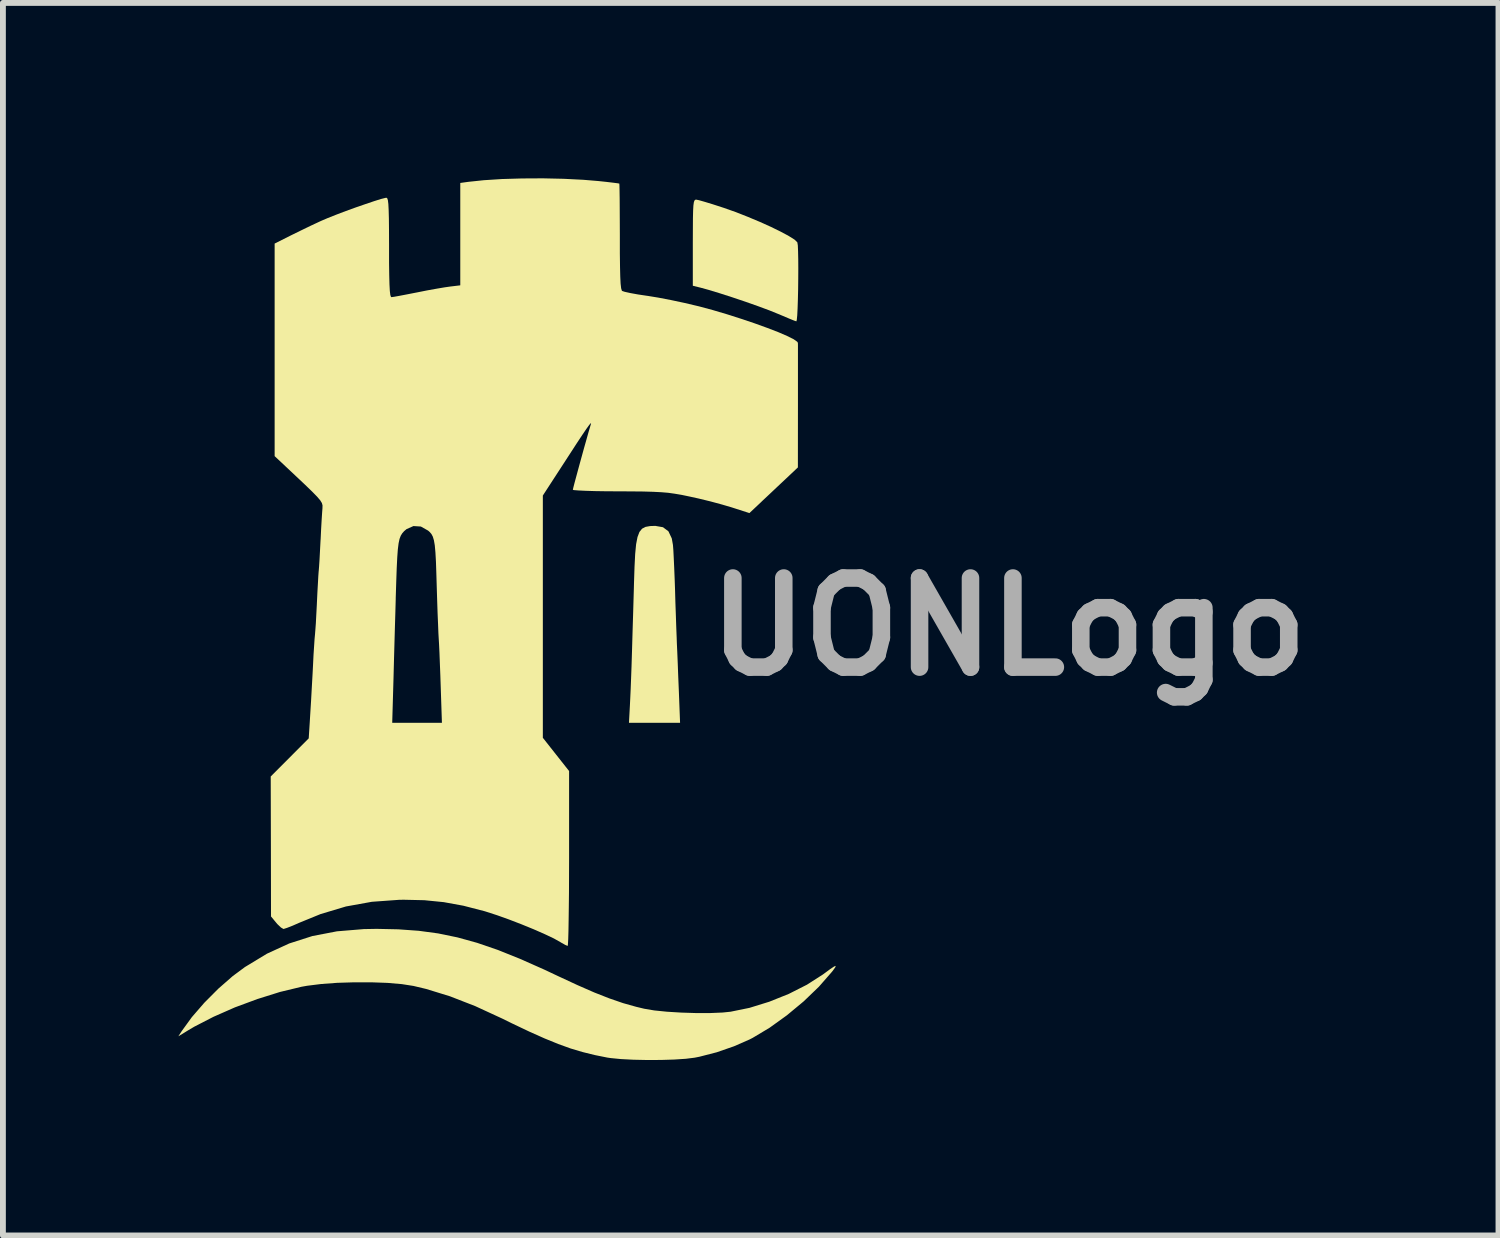
<source format=kicad_pcb>
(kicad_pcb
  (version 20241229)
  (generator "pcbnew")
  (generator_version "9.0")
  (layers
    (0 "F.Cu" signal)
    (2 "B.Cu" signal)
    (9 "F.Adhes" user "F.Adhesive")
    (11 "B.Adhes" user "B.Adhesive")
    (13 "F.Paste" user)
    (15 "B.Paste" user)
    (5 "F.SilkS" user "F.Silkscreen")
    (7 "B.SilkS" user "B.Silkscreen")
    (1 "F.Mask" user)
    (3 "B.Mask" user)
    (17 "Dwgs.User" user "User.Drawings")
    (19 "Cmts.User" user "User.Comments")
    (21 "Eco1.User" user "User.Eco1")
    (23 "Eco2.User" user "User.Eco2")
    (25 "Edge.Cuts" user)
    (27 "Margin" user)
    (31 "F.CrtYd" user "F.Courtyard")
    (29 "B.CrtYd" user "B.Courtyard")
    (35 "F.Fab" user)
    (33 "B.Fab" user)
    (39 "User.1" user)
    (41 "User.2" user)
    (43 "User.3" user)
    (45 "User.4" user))
  (footprint "UONLogo"
    (layer "F.Cu")
    (at 14.201 7.67)
    (property "Reference" "UONLogo" (at 0 0 0) (layer "F.Fab") (effects (font (size 1.524 1.524) (thickness 0.3))))
    (attr board_only exclude_from_pos_files exclude_from_bom)
    (fp_poly (pts (xy -5.912 -1.703) (xy -5.819 -1.633) (xy -5.762 -1.512) (xy -5.742 -1.401) (xy -5.735 -1.313) (xy -5.728 -1.174) (xy -5.72 -1) (xy -5.712 -0.804) (xy -5.706 -0.635) (xy -5.7 -0.418) (xy -5.692 -0.196) (xy -5.685 0.012) (xy -5.678 0.187) (xy -5.675 0.279) (xy -5.668 0.429) (xy -5.66 0.621) (xy -5.652 0.835) (xy -5.643 1.049) (xy -5.64 1.121) (xy -5.62 1.642) (xy -6.494 1.642) (xy -6.478 1.345) (xy -6.472 1.221) (xy -6.465 1.071) (xy -6.458 0.889) (xy -6.45 0.672) (xy -6.442 0.413) (xy -6.433 0.106) (xy -6.422 -0.253) (xy -6.41 -0.669) (xy -6.408 -0.748) (xy -6.399 -1.024) (xy -6.388 -1.243) (xy -6.372 -1.411) (xy -6.348 -1.535) (xy -6.315 -1.622) (xy -6.27 -1.678) (xy -6.21 -1.709) (xy -6.132 -1.723) (xy -6.044 -1.726)) (stroke (width 0) (type solid)) (fill yes) (layer "F.SilkS"))
    (fp_poly (pts (xy -5.296 -7.296) (xy -5.198 -7.268) (xy -5.066 -7.228) (xy -4.912 -7.178) (xy -4.872 -7.165) (xy -4.668 -7.093) (xy -4.46 -7.011) (xy -4.255 -6.925) (xy -4.064 -6.839) (xy -3.895 -6.756) (xy -3.758 -6.682) (xy -3.661 -6.621) (xy -3.615 -6.576) (xy -3.614 -6.573) (xy -3.606 -6.523) (xy -3.602 -6.424) (xy -3.599 -6.288) (xy -3.598 -6.126) (xy -3.599 -5.95) (xy -3.601 -5.771) (xy -3.605 -5.599) (xy -3.61 -5.448) (xy -3.616 -5.327) (xy -3.624 -5.249) (xy -3.631 -5.224) (xy -3.669 -5.237) (xy -3.751 -5.27) (xy -3.864 -5.318) (xy -3.943 -5.351) (xy -4.091 -5.411) (xy -4.282 -5.482) (xy -4.5 -5.559) (xy -4.726 -5.635) (xy -4.943 -5.705) (xy -5.134 -5.763) (xy -5.265 -5.799) (xy -5.402 -5.833) (xy -5.402 -6.57) (xy -5.401 -6.806) (xy -5.4 -6.986) (xy -5.397 -7.117) (xy -5.392 -7.206) (xy -5.384 -7.262) (xy -5.373 -7.292) (xy -5.358 -7.304) (xy -5.346 -7.306)) (stroke (width 0) (type solid)) (fill yes) (layer "F.SilkS"))
    (fp_poly (pts (xy -10.438 5.174) (xy -10.09 5.199) (xy -9.757 5.244) (xy -9.427 5.312) (xy -9.091 5.405) (xy -8.738 5.526) (xy -8.359 5.678) (xy -7.942 5.863) (xy -7.711 5.972) (xy -7.377 6.127) (xy -7.087 6.254) (xy -6.83 6.355) (xy -6.595 6.436) (xy -6.371 6.499) (xy -6.233 6.532) (xy -6.062 6.561) (xy -5.845 6.583) (xy -5.601 6.598) (xy -5.349 6.606) (xy -5.106 6.606) (xy -4.892 6.597) (xy -4.756 6.583) (xy -4.433 6.517) (xy -4.094 6.412) (xy -3.76 6.278) (xy -3.45 6.121) (xy -3.183 5.95) (xy -3.173 5.943) (xy -3.055 5.856) (xy -2.985 5.809) (xy -2.957 5.799) (xy -2.968 5.827) (xy -3.014 5.89) (xy -3.029 5.908) (xy -3.246 6.156) (xy -3.507 6.407) (xy -3.794 6.645) (xy -4.09 6.858) (xy -4.378 7.03) (xy -4.43 7.057) (xy -4.697 7.174) (xy -4.994 7.277) (xy -5.289 7.353) (xy -5.37 7.369) (xy -5.521 7.388) (xy -5.719 7.401) (xy -5.946 7.408) (xy -6.186 7.409) (xy -6.42 7.404) (xy -6.632 7.393) (xy -6.805 7.376) (xy -6.861 7.368) (xy -7.08 7.324) (xy -7.286 7.273) (xy -7.491 7.212) (xy -7.704 7.135) (xy -7.937 7.04) (xy -8.199 6.923) (xy -8.502 6.779) (xy -8.66 6.701) (xy -9.124 6.487) (xy -9.556 6.319) (xy -9.962 6.194) (xy -10.18 6.142) (xy -10.379 6.111) (xy -10.625 6.09) (xy -10.902 6.08) (xy -11.193 6.08) (xy -11.484 6.089) (xy -11.757 6.109) (xy -11.997 6.139) (xy -12.093 6.156) (xy -12.462 6.245) (xy -12.848 6.366) (xy -13.234 6.509) (xy -13.6 6.67) (xy -13.928 6.839) (xy -14.038 6.904) (xy -14.201 7.004) (xy -14.142 6.913) (xy -13.97 6.676) (xy -13.757 6.43) (xy -13.518 6.19) (xy -13.271 5.974) (xy -13.062 5.819) (xy -12.686 5.591) (xy -12.305 5.416) (xy -11.909 5.289) (xy -11.488 5.208) (xy -11.029 5.17) (xy -10.809 5.166)) (stroke (width 0) (type solid)) (fill yes) (layer "F.SilkS"))
    (fp_poly (pts (xy -7.61 -7.662) (xy -7.274 -7.645) (xy -7.021 -7.624) (xy -6.879 -7.609) (xy -6.762 -7.595) (xy -6.684 -7.585) (xy -6.659 -7.58) (xy -6.657 -7.547) (xy -6.655 -7.458) (xy -6.653 -7.321) (xy -6.652 -7.145) (xy -6.651 -6.937) (xy -6.65 -6.707) (xy -6.65 -6.672) (xy -6.65 -6.388) (xy -6.647 -6.162) (xy -6.643 -5.991) (xy -6.637 -5.869) (xy -6.628 -5.79) (xy -6.616 -5.75) (xy -6.611 -5.744) (xy -6.566 -5.729) (xy -6.471 -5.708) (xy -6.339 -5.684) (xy -6.185 -5.661) (xy -6.176 -5.66) (xy -5.993 -5.63) (xy -5.774 -5.588) (xy -5.544 -5.539) (xy -5.328 -5.488) (xy -5.294 -5.48) (xy -5.057 -5.416) (xy -4.814 -5.344) (xy -4.573 -5.267) (xy -4.342 -5.189) (xy -4.129 -5.112) (xy -3.942 -5.04) (xy -3.789 -4.974) (xy -3.677 -4.918) (xy -3.615 -4.874) (xy -3.605 -4.856) (xy -3.604 -4.817) (xy -3.604 -4.721) (xy -3.604 -4.576) (xy -3.604 -4.391) (xy -3.604 -4.174) (xy -3.604 -3.931) (xy -3.604 -3.773) (xy -3.605 -2.726) (xy -3.821 -2.522) (xy -3.95 -2.401) (xy -4.092 -2.267) (xy -4.219 -2.148) (xy -4.235 -2.132) (xy -4.434 -1.945) (xy -4.742 -2.044) (xy -4.902 -2.091) (xy -5.098 -2.144) (xy -5.303 -2.194) (xy -5.458 -2.228) (xy -5.592 -2.256) (xy -5.71 -2.276) (xy -5.823 -2.292) (xy -5.944 -2.302) (xy -6.084 -2.309) (xy -6.256 -2.314) (xy -6.471 -2.316) (xy -6.66 -2.317) (xy -6.879 -2.318) (xy -7.074 -2.321) (xy -7.237 -2.326) (xy -7.361 -2.332) (xy -7.435 -2.338) (xy -7.454 -2.343) (xy -7.446 -2.379) (xy -7.424 -2.465) (xy -7.391 -2.587) (xy -7.351 -2.735) (xy -7.307 -2.895) (xy -7.263 -3.055) (xy -7.221 -3.203) (xy -7.186 -3.328) (xy -7.16 -3.416) (xy -7.15 -3.45) (xy -7.142 -3.478) (xy -7.149 -3.481) (xy -7.174 -3.452) (xy -7.22 -3.388) (xy -7.29 -3.285) (xy -7.388 -3.137) (xy -7.515 -2.941) (xy -7.563 -2.867) (xy -7.967 -2.245) (xy -7.967 1.898) (xy -7.743 2.182) (xy -7.518 2.467) (xy -7.518 3.962) (xy -7.519 4.265) (xy -7.52 4.547) (xy -7.523 4.803) (xy -7.526 5.025) (xy -7.529 5.208) (xy -7.533 5.345) (xy -7.538 5.43) (xy -7.542 5.458) (xy -7.583 5.441) (xy -7.652 5.402) (xy -7.67 5.391) (xy -7.779 5.33) (xy -7.935 5.256) (xy -8.124 5.173) (xy -8.332 5.088) (xy -8.545 5.006) (xy -8.749 4.933) (xy -8.931 4.874) (xy -8.963 4.864) (xy -9.327 4.77) (xy -9.662 4.709) (xy -9.993 4.676) (xy -10.344 4.668) (xy -10.421 4.669) (xy -10.891 4.703) (xy -11.334 4.783) (xy -11.768 4.913) (xy -12.133 5.062) (xy -12.247 5.112) (xy -12.342 5.149) (xy -12.398 5.167) (xy -12.405 5.167) (xy -12.446 5.143) (xy -12.507 5.085) (xy -12.529 5.059) (xy -12.616 4.954) (xy -12.618 3.757) (xy -12.621 2.56) (xy -11.971 1.908) (xy -11.954 1.642) (xy -10.543 1.642) (xy -9.693 1.642) (xy -9.713 1.04) (xy -9.72 0.832) (xy -9.728 0.628) (xy -9.735 0.445) (xy -9.742 0.298) (xy -9.747 0.215) (xy -9.753 0.11) (xy -9.759 -0.044) (xy -9.767 -0.232) (xy -9.774 -0.44) (xy -9.78 -0.635) (xy -9.788 -0.901) (xy -9.795 -1.111) (xy -9.804 -1.272) (xy -9.815 -1.393) (xy -9.83 -1.48) (xy -9.849 -1.543) (xy -9.873 -1.588) (xy -9.905 -1.624) (xy -9.929 -1.645) (xy -10.053 -1.715) (xy -10.18 -1.723) (xy -10.299 -1.67) (xy -10.34 -1.635) (xy -10.371 -1.6) (xy -10.397 -1.558) (xy -10.418 -1.503) (xy -10.434 -1.428) (xy -10.447 -1.324) (xy -10.457 -1.186) (xy -10.466 -1.006) (xy -10.474 -0.777) (xy -10.483 -0.491) (xy -10.483 -0.475) (xy -10.489 -0.256) (xy -10.497 0.006) (xy -10.505 0.29) (xy -10.513 0.576) (xy -10.52 0.843) (xy -10.521 0.88) (xy -10.543 1.642) (xy -11.954 1.642) (xy -11.944 1.478) (xy -11.931 1.268) (xy -11.918 1.032) (xy -11.905 0.803) (xy -11.897 0.647) (xy -11.889 0.482) (xy -11.879 0.33) (xy -11.871 0.208) (xy -11.864 0.134) (xy -11.858 0.06) (xy -11.849 -0.062) (xy -11.841 -0.216) (xy -11.832 -0.386) (xy -11.831 -0.411) (xy -11.823 -0.582) (xy -11.814 -0.739) (xy -11.807 -0.867) (xy -11.801 -0.949) (xy -11.8 -0.956) (xy -11.794 -1.03) (xy -11.786 -1.152) (xy -11.778 -1.306) (xy -11.769 -1.476) (xy -11.767 -1.501) (xy -11.759 -1.671) (xy -11.75 -1.826) (xy -11.742 -1.951) (xy -11.736 -2.029) (xy -11.736 -2.037) (xy -11.735 -2.077) (xy -11.746 -2.117) (xy -11.775 -2.164) (xy -11.829 -2.227) (xy -11.913 -2.313) (xy -12.034 -2.43) (xy -12.139 -2.529) (xy -12.554 -2.919) (xy -12.554 -6.554) (xy -12.276 -6.694) (xy -12.117 -6.772) (xy -11.944 -6.856) (xy -11.788 -6.929) (xy -11.755 -6.944) (xy -11.643 -6.992) (xy -11.499 -7.049) (xy -11.336 -7.111) (xy -11.165 -7.173) (xy -11 -7.23) (xy -10.852 -7.28) (xy -10.734 -7.317) (xy -10.658 -7.336) (xy -10.641 -7.338) (xy -10.628 -7.328) (xy -10.617 -7.295) (xy -10.609 -7.23) (xy -10.604 -7.129) (xy -10.6 -6.985) (xy -10.598 -6.79) (xy -10.597 -6.539) (xy -10.597 -6.488) (xy -10.597 -6.221) (xy -10.594 -6.011) (xy -10.59 -5.855) (xy -10.584 -5.745) (xy -10.576 -5.677) (xy -10.565 -5.644) (xy -10.557 -5.638) (xy -10.512 -5.644) (xy -10.417 -5.661) (xy -10.287 -5.686) (xy -10.134 -5.716) (xy -10.123 -5.718) (xy -9.953 -5.752) (xy -9.787 -5.782) (xy -9.645 -5.806) (xy -9.554 -5.819) (xy -9.379 -5.84) (xy -9.379 -7.591) (xy -9.242 -7.61) (xy -8.977 -7.638) (xy -8.665 -7.658) (xy -8.322 -7.668) (xy -7.965 -7.67)) (stroke (width 0) (type solid)) (fill yes) (layer "F.SilkS")))
  (gr_rect
    (start -3 -3)
    (end 22.578 18.079)
    (stroke (width 0.1) (type default))
    (fill no)
    (layer "Edge.Cuts")))
</source>
